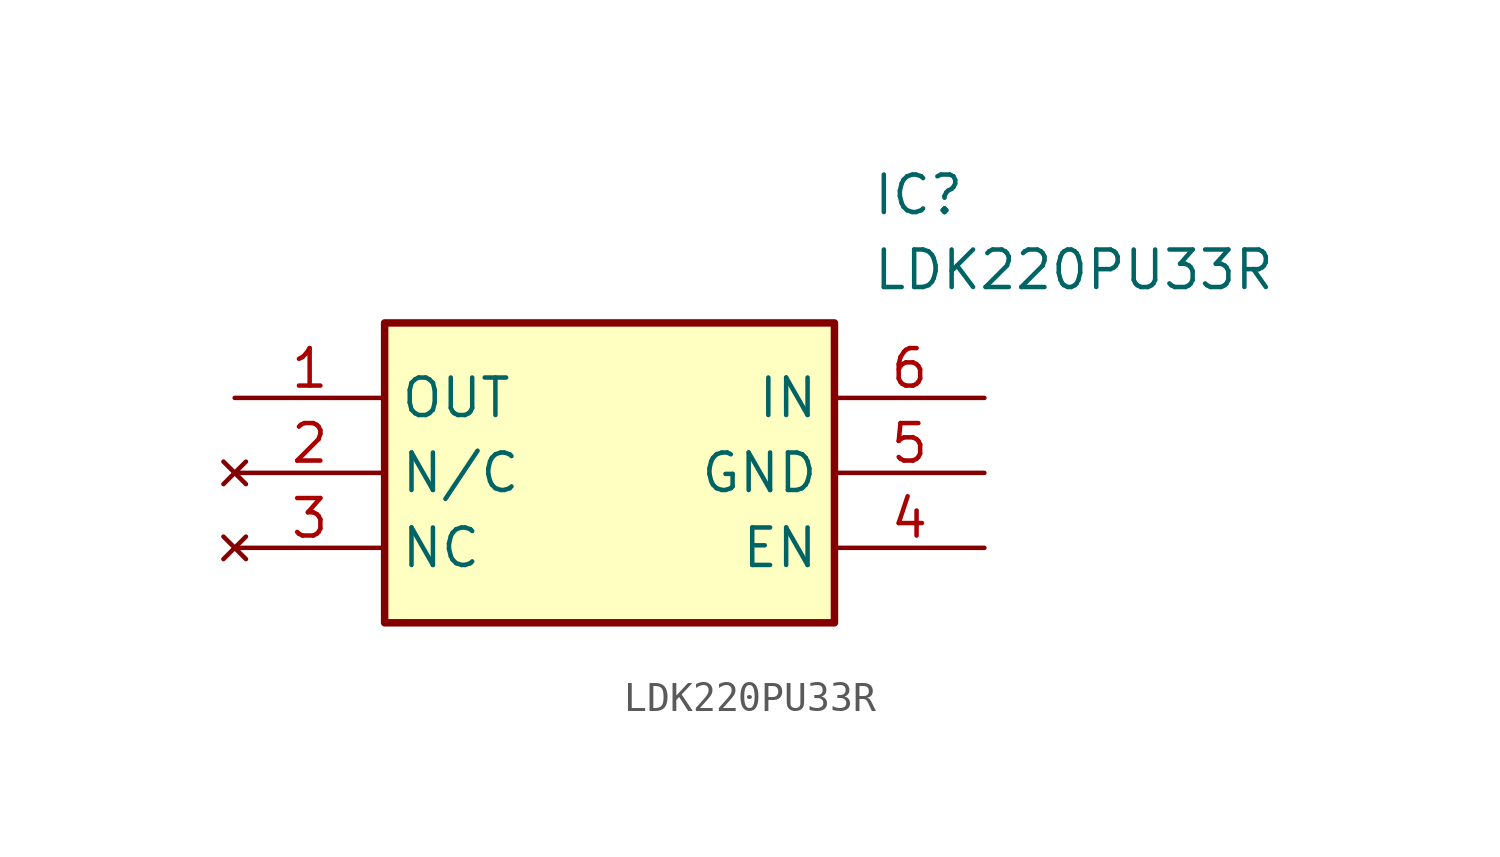
<source format=kicad_sym>
(kicad_symbol_lib
  (version 20211014)
  (generator SamacSys_ECAD_Model)
  (symbol "LDK220PU33R"
    (property "Reference" "IC"
      (at 21.59 7.62 0)
      (effects (font (size 1.27 1.27)) (justify left top)))
    (property "Value" "LDK220PU33R"
      (at 21.59 5.08 0)
      (effects (font (size 1.27 1.27)) (justify left top)))
    (rectangle
      (start 5.08 2.54)
      (end 20.32 -7.62)
      (stroke (width 0.254) (type default))
      (fill (type background)))
    (pin passive line
      (at 0 0 0)
      (length 5.08)
      (name "OUT" (effects (font (size 1.27 1.27))))
      (number "1" (effects (font (size 1.27 1.27)))))
    (pin no_connect line
      (at 0 -2.54 0)
      (length 5.08)
      (name "N/C" (effects (font (size 1.27 1.27))))
      (number "2" (effects (font (size 1.27 1.27)))))
    (pin no_connect line
      (at 0 -5.08 0)
      (length 5.08)
      (name "NC" (effects (font (size 1.27 1.27))))
      (number "3" (effects (font (size 1.27 1.27)))))
    (pin passive line
      (at 25.4 -5.08 180)
      (length 5.08)
      (name "EN" (effects (font (size 1.27 1.27))))
      (number "4" (effects (font (size 1.27 1.27)))))
    (pin passive line
      (at 25.4 -2.54 180)
      (length 5.08)
      (name "GND" (effects (font (size 1.27 1.27))))
      (number "5" (effects (font (size 1.27 1.27)))))
    (pin passive line
      (at 25.4 0 180)
      (length 5.08)
      (name "IN" (effects (font (size 1.27 1.27))))
      (number "6" (effects (font (size 1.27 1.27)))))))
</source>
